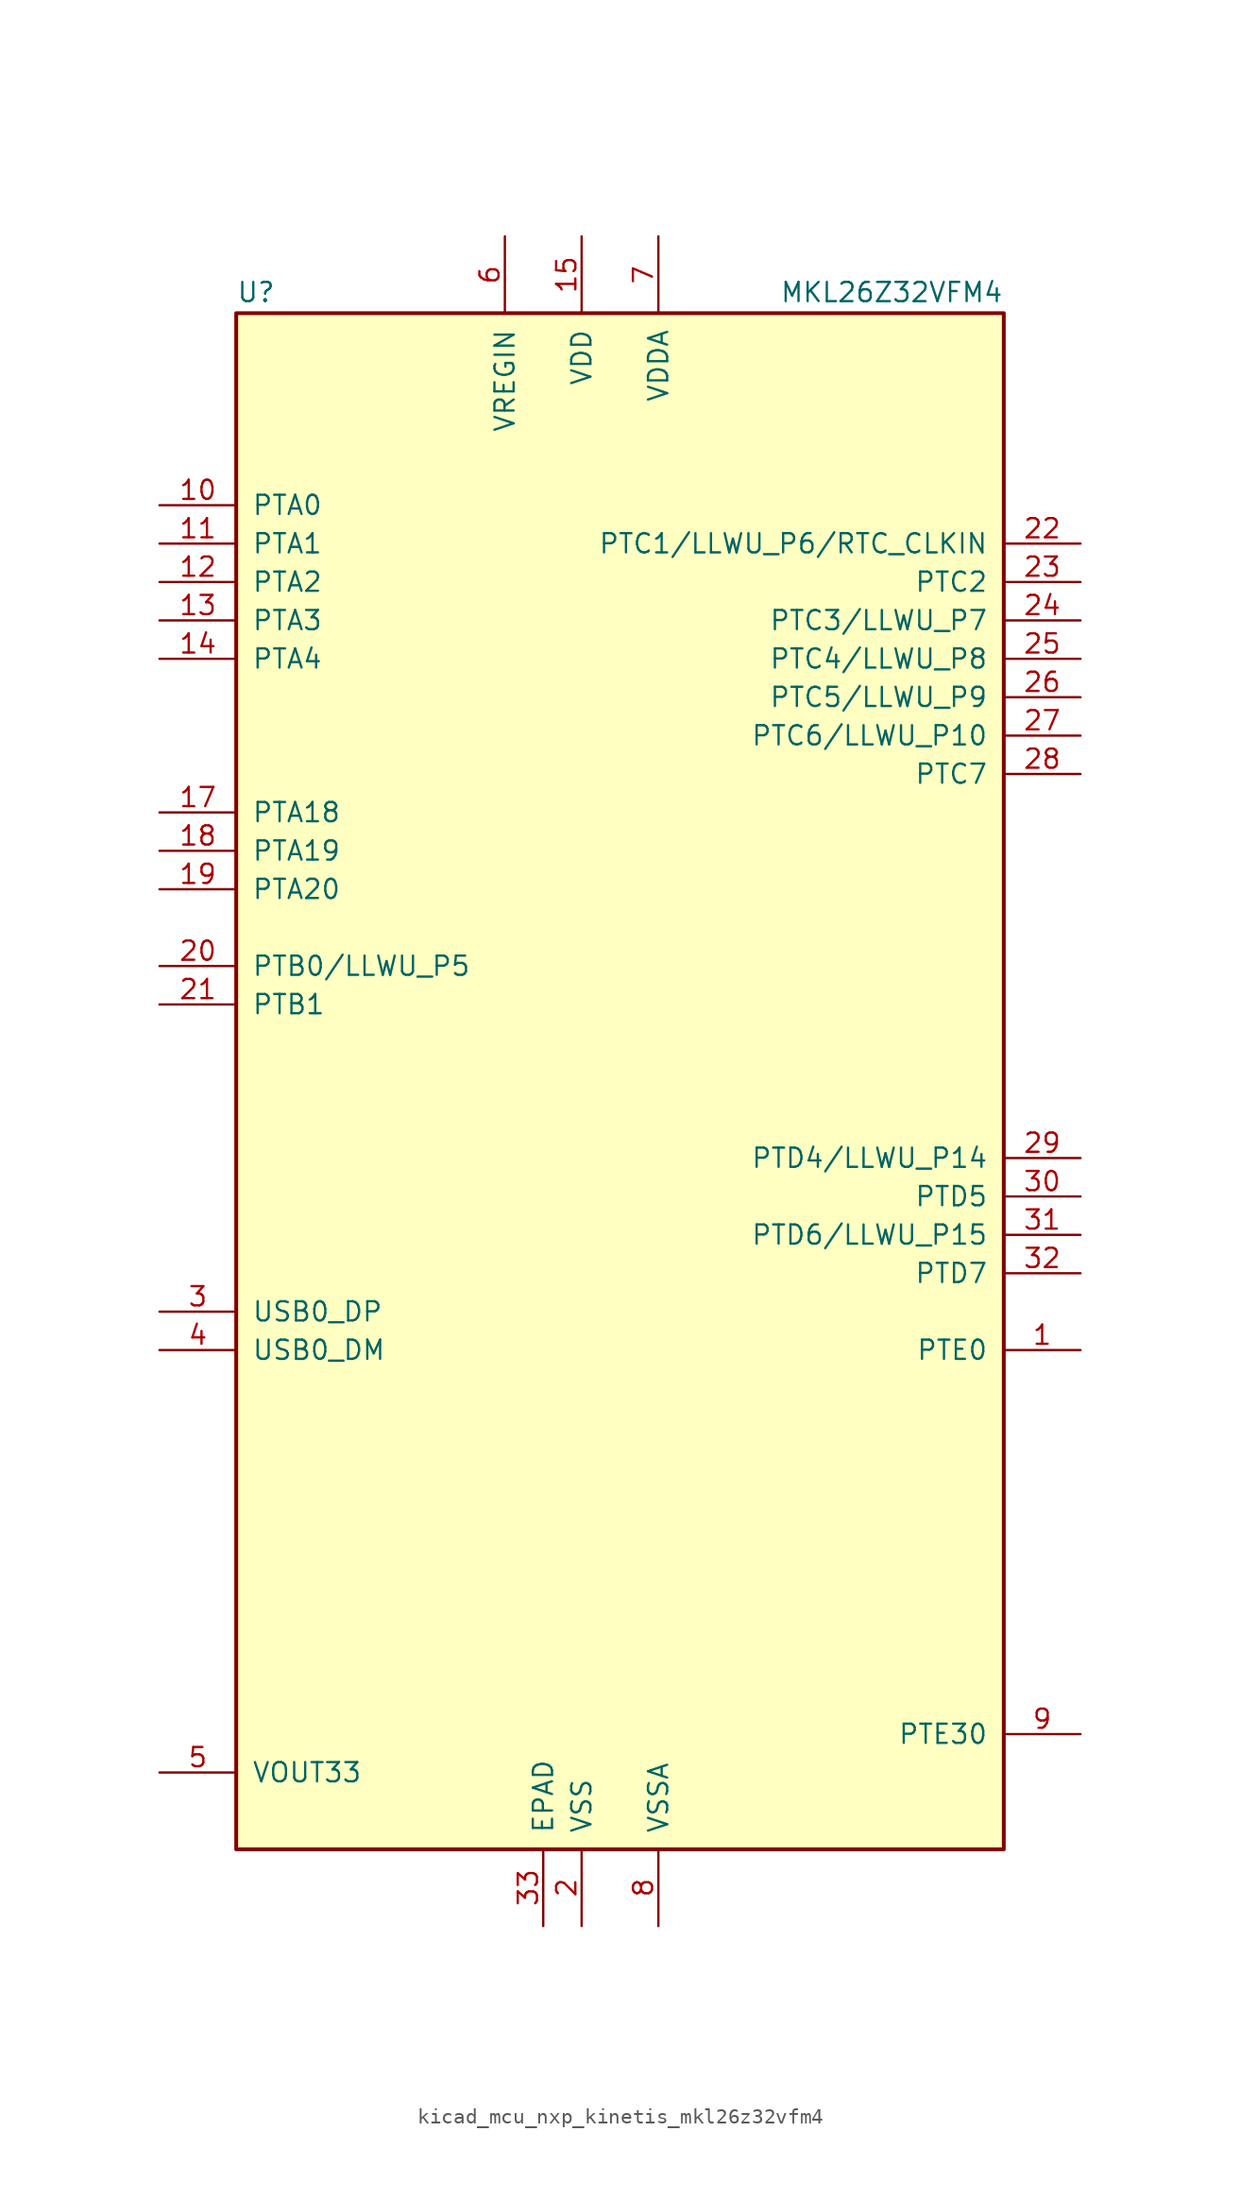
<source format=kicad_sym>
(kicad_symbol_lib
  (version 20220914)
  (generator kicad_symbol_editor)
  (symbol "kicad_mcu_nxp_kinetis_mkl26z32vfm4"
    (pin_names
      (offset 1.016))
    (property "Reference" "U"
      (at -25.4 51.435 0)
      (effects (font (size 1.27 1.27)) (justify left bottom)))
    (property "Value" "MKL26Z32VFM4"
      (at 25.4 51.435 0)
      (effects (font (size 1.27 1.27)) (justify right bottom)))
    (symbol "kicad_mcu_nxp_kinetis_mkl26z32vfm4_0_1"
      (rectangle (start -25.4 50.8) (end 25.4 -50.8) (stroke (width 0.254) (type default)) (fill (type background))))
    (symbol "kicad_mcu_nxp_kinetis_mkl26z32vfm4_1_1"
      (pin bidirectional line (at 30.48 -17.78 180) (length 5.08) (name "PTE0" (effects (font (size 1.27 1.27)))) (number "1" (effects (font (size 1.27 1.27)))))
      (pin bidirectional line (at -30.48 38.1 0) (length 5.08) (name "PTA0" (effects (font (size 1.27 1.27)))) (number "10" (effects (font (size 1.27 1.27)))))
      (pin bidirectional line (at -30.48 35.56 0) (length 5.08) (name "PTA1" (effects (font (size 1.27 1.27)))) (number "11" (effects (font (size 1.27 1.27)))))
      (pin bidirectional line (at -30.48 33.02 0) (length 5.08) (name "PTA2" (effects (font (size 1.27 1.27)))) (number "12" (effects (font (size 1.27 1.27)))))
      (pin bidirectional line (at -30.48 30.48 0) (length 5.08) (name "PTA3" (effects (font (size 1.27 1.27)))) (number "13" (effects (font (size 1.27 1.27)))))
      (pin bidirectional line (at -30.48 27.94 0) (length 5.08) (name "PTA4" (effects (font (size 1.27 1.27)))) (number "14" (effects (font (size 1.27 1.27)))))
      (pin power_in line (at -2.54 55.88 270) (length 5.08) (name "VDD" (effects (font (size 1.27 1.27)))) (number "15" (effects (font (size 1.27 1.27)))))
      (pin passive line (at -2.54 -55.88 90) (length 5.08) hide (name "VSS" (effects (font (size 1.27 1.27)))) (number "16" (effects (font (size 1.27 1.27)))))
      (pin bidirectional line (at -30.48 17.78 0) (length 5.08) (name "PTA18" (effects (font (size 1.27 1.27)))) (number "17" (effects (font (size 1.27 1.27)))))
      (pin bidirectional line (at -30.48 15.24 0) (length 5.08) (name "PTA19" (effects (font (size 1.27 1.27)))) (number "18" (effects (font (size 1.27 1.27)))))
      (pin bidirectional line (at -30.48 12.7 0) (length 5.08) (name "PTA20" (effects (font (size 1.27 1.27)))) (number "19" (effects (font (size 1.27 1.27)))))
      (pin power_in line (at -2.54 -55.88 90) (length 5.08) (name "VSS" (effects (font (size 1.27 1.27)))) (number "2" (effects (font (size 1.27 1.27)))))
      (pin bidirectional line (at -30.48 7.62 0) (length 5.08) (name "PTB0/LLWU_P5" (effects (font (size 1.27 1.27)))) (number "20" (effects (font (size 1.27 1.27)))))
      (pin bidirectional line (at -30.48 5.08 0) (length 5.08) (name "PTB1" (effects (font (size 1.27 1.27)))) (number "21" (effects (font (size 1.27 1.27)))))
      (pin bidirectional line (at 30.48 35.56 180) (length 5.08) (name "PTC1/LLWU_P6/RTC_CLKIN" (effects (font (size 1.27 1.27)))) (number "22" (effects (font (size 1.27 1.27)))))
      (pin bidirectional line (at 30.48 33.02 180) (length 5.08) (name "PTC2" (effects (font (size 1.27 1.27)))) (number "23" (effects (font (size 1.27 1.27)))))
      (pin bidirectional line (at 30.48 30.48 180) (length 5.08) (name "PTC3/LLWU_P7" (effects (font (size 1.27 1.27)))) (number "24" (effects (font (size 1.27 1.27)))))
      (pin bidirectional line (at 30.48 27.94 180) (length 5.08) (name "PTC4/LLWU_P8" (effects (font (size 1.27 1.27)))) (number "25" (effects (font (size 1.27 1.27)))))
      (pin bidirectional line (at 30.48 25.4 180) (length 5.08) (name "PTC5/LLWU_P9" (effects (font (size 1.27 1.27)))) (number "26" (effects (font (size 1.27 1.27)))))
      (pin bidirectional line (at 30.48 22.86 180) (length 5.08) (name "PTC6/LLWU_P10" (effects (font (size 1.27 1.27)))) (number "27" (effects (font (size 1.27 1.27)))))
      (pin bidirectional line (at 30.48 20.32 180) (length 5.08) (name "PTC7" (effects (font (size 1.27 1.27)))) (number "28" (effects (font (size 1.27 1.27)))))
      (pin bidirectional line (at 30.48 -5.08 180) (length 5.08) (name "PTD4/LLWU_P14" (effects (font (size 1.27 1.27)))) (number "29" (effects (font (size 1.27 1.27)))))
      (pin bidirectional line (at -30.48 -15.24 0) (length 5.08) (name "USB0_DP" (effects (font (size 1.27 1.27)))) (number "3" (effects (font (size 1.27 1.27)))))
      (pin bidirectional line (at 30.48 -7.62 180) (length 5.08) (name "PTD5" (effects (font (size 1.27 1.27)))) (number "30" (effects (font (size 1.27 1.27)))))
      (pin bidirectional line (at 30.48 -10.16 180) (length 5.08) (name "PTD6/LLWU_P15" (effects (font (size 1.27 1.27)))) (number "31" (effects (font (size 1.27 1.27)))))
      (pin bidirectional line (at 30.48 -12.7 180) (length 5.08) (name "PTD7" (effects (font (size 1.27 1.27)))) (number "32" (effects (font (size 1.27 1.27)))))
      (pin power_in line (at -5.08 -55.88 90) (length 5.08) (name "EPAD" (effects (font (size 1.27 1.27)))) (number "33" (effects (font (size 1.27 1.27)))))
      (pin bidirectional line (at -30.48 -17.78 0) (length 5.08) (name "USB0_DM" (effects (font (size 1.27 1.27)))) (number "4" (effects (font (size 1.27 1.27)))))
      (pin power_out line (at -30.48 -45.72 0) (length 5.08) (name "VOUT33" (effects (font (size 1.27 1.27)))) (number "5" (effects (font (size 1.27 1.27)))))
      (pin power_in line (at -7.62 55.88 270) (length 5.08) (name "VREGIN" (effects (font (size 1.27 1.27)))) (number "6" (effects (font (size 1.27 1.27)))))
      (pin power_in line (at 2.54 55.88 270) (length 5.08) (name "VDDA" (effects (font (size 1.27 1.27)))) (number "7" (effects (font (size 1.27 1.27)))))
      (pin power_in line (at 2.54 -55.88 90) (length 5.08) (name "VSSA" (effects (font (size 1.27 1.27)))) (number "8" (effects (font (size 1.27 1.27)))))
      (pin bidirectional line (at 30.48 -43.18 180) (length 5.08) (name "PTE30" (effects (font (size 1.27 1.27)))) (number "9" (effects (font (size 1.27 1.27))))))))
</source>
